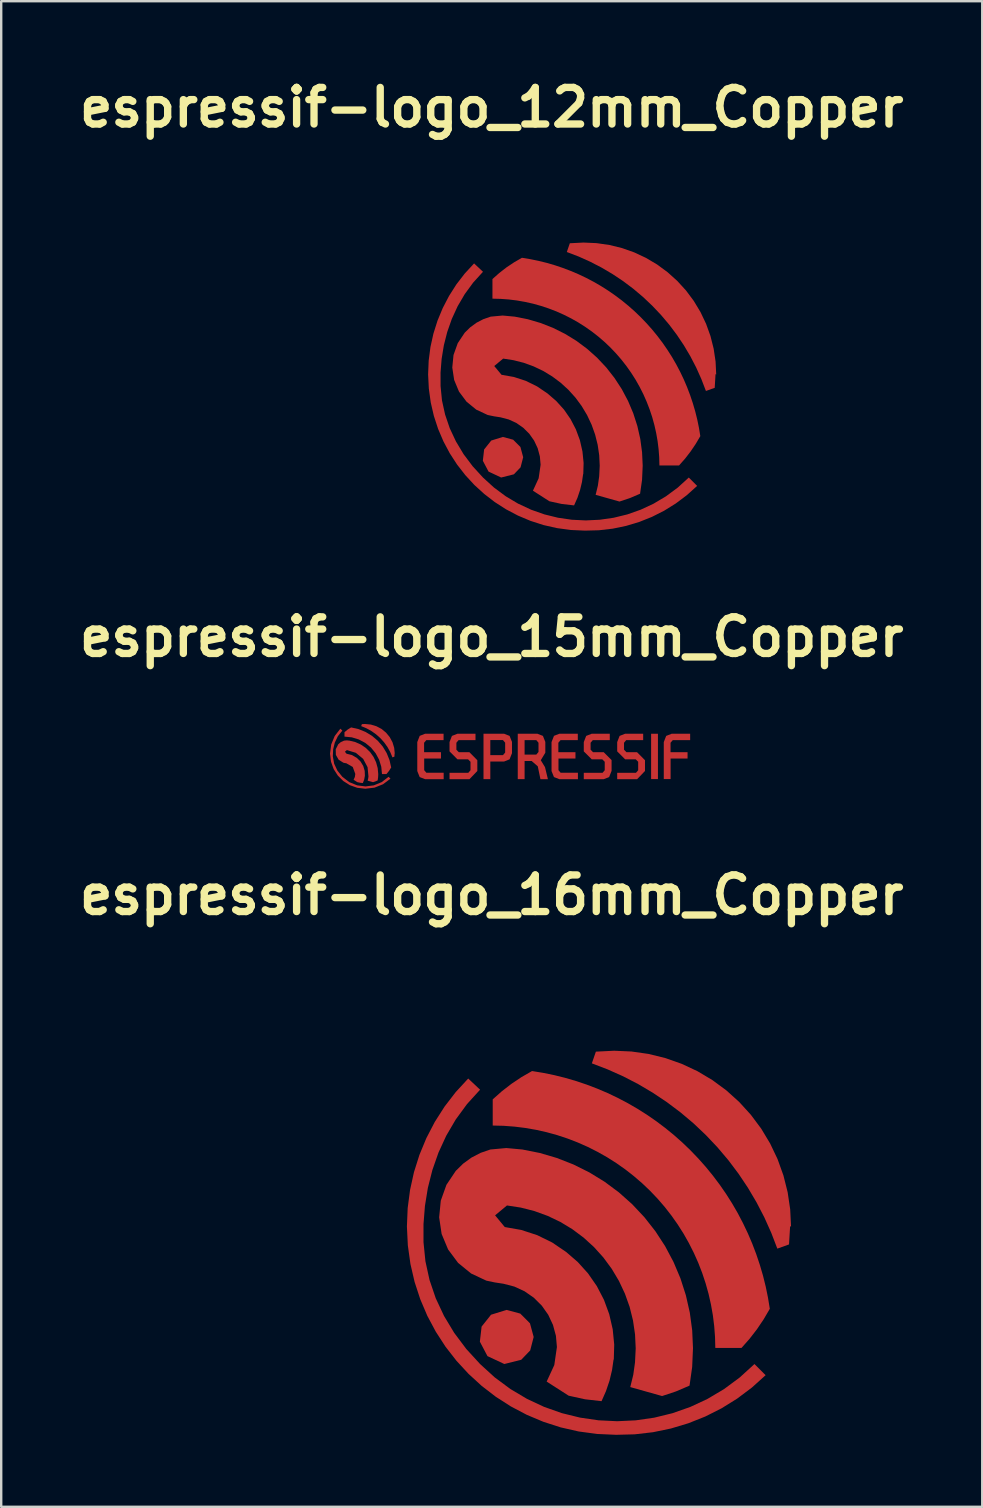
<source format=kicad_pcb>
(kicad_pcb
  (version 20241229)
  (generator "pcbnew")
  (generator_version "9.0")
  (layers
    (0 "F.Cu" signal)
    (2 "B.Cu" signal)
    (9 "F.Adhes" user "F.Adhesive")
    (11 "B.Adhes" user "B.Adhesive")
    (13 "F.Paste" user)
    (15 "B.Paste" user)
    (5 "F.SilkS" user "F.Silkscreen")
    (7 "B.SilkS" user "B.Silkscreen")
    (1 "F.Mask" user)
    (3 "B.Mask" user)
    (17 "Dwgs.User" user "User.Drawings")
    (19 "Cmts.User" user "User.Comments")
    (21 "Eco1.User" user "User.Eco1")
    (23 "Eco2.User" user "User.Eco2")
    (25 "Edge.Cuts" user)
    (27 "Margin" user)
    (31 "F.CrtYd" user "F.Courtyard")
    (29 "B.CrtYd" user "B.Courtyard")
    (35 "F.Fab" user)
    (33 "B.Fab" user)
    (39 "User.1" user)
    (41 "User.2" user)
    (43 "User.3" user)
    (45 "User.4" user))
  (footprint "espressif-logo_16mm_Copper"
    (layer "F.Cu")
    (at 17.432 51.513)
    (property "Reference" "espressif-logo_16mm_Copper" (at 0 -17.284 0) (layer "F.SilkS") (effects (font (size 1.524 1.524) (thickness 0.305))))
    (attr exclude_from_pos_files exclude_from_bom)
    (fp_poly (pts (xy 1.747 1.126) (xy 1.602 1.687) (xy 1.229 2.075) (xy 0.524 2.252) (xy -0.178 1.923) (xy -0.494 1.322) (xy -0.422 0.694) (xy -0.029 0.199) (xy 0.62 -0.002) (xy 1.189 0.152) (xy 1.593 0.557) (xy 1.747 1.126)) (stroke (width 0) (type solid)) (fill yes) (layer "F.Cu"))
    (fp_poly (pts (xy 12.467 -3.468) (xy 12.432 -4.189) (xy 12.326 -4.903) (xy 12.15 -5.603) (xy 11.906 -6.282) (xy 11.596 -6.934) (xy 11.224 -7.552) (xy 10.793 -8.13) (xy 10.307 -8.664) (xy 9.771 -9.147) (xy 9.19 -9.575) (xy 8.57 -9.944) (xy 7.916 -10.25) (xy 7.236 -10.49) (xy 6.535 -10.663) (xy 5.821 -10.765) (xy 5.1 -10.797) (xy 4.338 -10.759) (xy 4.17 -10.271) (xy 4.829 -10.019) (xy 5.474 -9.731) (xy 6.101 -9.407) (xy 6.708 -9.048) (xy 7.295 -8.656) (xy 7.859 -8.232) (xy 8.399 -7.777) (xy 8.912 -7.292) (xy 9.397 -6.78) (xy 9.853 -6.241) (xy 10.278 -5.677) (xy 10.67 -5.091) (xy 11.029 -4.483) (xy 11.354 -3.857) (xy 11.643 -3.213) (xy 11.896 -2.554) (xy 12.383 -2.729) (xy 12.429 -3.491) (xy 12.467 -3.468)) (stroke (width 0) (type solid)) (fill yes) (layer "F.Cu"))
    (fp_poly (pts (xy 5.183 5.201) (xy 4.393 5.166) (xy 3.621 5.062) (xy 2.873 4.892) (xy 2.151 4.659) (xy 1.457 4.367) (xy 0.796 4.018) (xy 0.169 3.616) (xy -0.419 3.163) (xy -0.966 2.662) (xy -1.469 2.117) (xy -1.925 1.531) (xy -2.33 0.906) (xy -2.682 0.247) (xy -2.977 -0.446) (xy -3.213 -1.167) (xy -3.386 -1.914) (xy -3.494 -2.685) (xy -3.533 -3.476) (xy -3.501 -4.243) (xy -3.402 -4.998) (xy -3.239 -5.739) (xy -3.011 -6.461) (xy -2.722 -7.159) (xy -2.373 -7.83) (xy -1.965 -8.47) (xy -1.5 -9.074) (xy -0.98 -9.639) (xy -0.485 -9.174) (xy -1.03 -8.574) (xy -1.499 -7.933) (xy -1.894 -7.258) (xy -2.218 -6.554) (xy -2.472 -5.828) (xy -2.66 -5.086) (xy -2.782 -4.334) (xy -2.842 -3.577) (xy -2.842 -2.822) (xy -2.762 -2.028) (xy -2.591 -1.248) (xy -2.332 -0.487) (xy -1.987 0.25) (xy -1.562 0.956) (xy -1.06 1.625) (xy -0.485 2.253) (xy 0.127 2.811) (xy 0.779 3.294) (xy 1.467 3.703) (xy 2.183 4.038) (xy 2.923 4.299) (xy 3.68 4.485) (xy 4.449 4.597) (xy 5.224 4.635) (xy 6 4.598) (xy 6.77 4.487) (xy 7.529 4.301) (xy 8.27 4.04) (xy 8.988 3.705) (xy 9.677 3.296) (xy 10.33 2.812) (xy 10.943 2.253) (xy 11.408 2.718) (xy 10.835 3.234) (xy 10.222 3.694) (xy 9.575 4.096) (xy 8.896 4.439) (xy 8.19 4.72) (xy 7.462 4.939) (xy 6.716 5.093) (xy 5.955 5.181) (xy 5.183 5.201)) (stroke (width 0) (type solid)) (fill yes) (layer "F.Cu"))
    (fp_poly (pts (xy 11.583 -0.048) (xy 11.507 -0.511) (xy 11.413 -0.97) (xy 11.3 -1.426) (xy 11.168 -1.876) (xy 11.019 -2.321) (xy 10.852 -2.76) (xy 10.668 -3.191) (xy 10.466 -3.615) (xy 10.248 -4.031) (xy 10.013 -4.437) (xy 9.762 -4.833) (xy 9.495 -5.219) (xy 9.213 -5.594) (xy 8.916 -5.958) (xy 8.604 -6.309) (xy 8.279 -6.648) (xy 7.941 -6.973) (xy 7.59 -7.284) (xy 7.226 -7.581) (xy 6.851 -7.863) (xy 6.465 -8.13) (xy 6.068 -8.381) (xy 5.662 -8.616) (xy 5.247 -8.834) (xy 4.823 -9.036) (xy 4.391 -9.22) (xy 3.953 -9.387) (xy 3.508 -9.536) (xy 3.057 -9.668) (xy 2.602 -9.781) (xy 2.142 -9.875) (xy 1.679 -9.951) (xy 1.24 -9.699) (xy 0.819 -9.417) (xy 0.419 -9.107) (xy 0.041 -8.771) (xy 0.041 -7.681) (xy 0.495 -7.67) (xy 0.949 -7.636) (xy 1.4 -7.58) (xy 1.848 -7.502) (xy 2.292 -7.402) (xy 2.73 -7.281) (xy 3.162 -7.138) (xy 3.586 -6.974) (xy 4.002 -6.79) (xy 4.408 -6.585) (xy 4.804 -6.361) (xy 5.188 -6.118) (xy 5.56 -5.856) (xy 5.918 -5.576) (xy 6.263 -5.279) (xy 6.592 -4.966) (xy 6.906 -4.637) (xy 7.203 -4.293) (xy 7.483 -3.934) (xy 7.745 -3.563) (xy 7.989 -3.179) (xy 8.213 -2.783) (xy 8.418 -2.377) (xy 8.603 -1.962) (xy 8.767 -1.538) (xy 8.91 -1.106) (xy 9.032 -0.668) (xy 9.132 -0.224) (xy 9.211 0.223) (xy 9.267 0.675) (xy 9.301 1.128) (xy 9.313 1.583) (xy 10.403 1.583) (xy 10.737 1.205) (xy 11.046 0.806) (xy 11.328 0.388) (xy 11.583 -0.048)) (stroke (width 0) (type solid)) (fill yes) (layer "F.Cu"))
    (fp_poly (pts (xy 5.084 2.086) (xy 5.102 1.444) (xy 5.039 0.805) (xy 4.895 0.179) (xy 4.674 -0.423) (xy 4.378 -0.993) (xy 4.012 -1.521) (xy 3.582 -1.998) (xy 3.096 -2.417) (xy 2.519 -2.809) (xy 1.893 -3.116) (xy 1.23 -3.332) (xy 0.543 -3.453) (xy 0.14 -3.941) (xy 0.635 -4.352) (xy 1.213 -4.263) (xy 1.78 -4.118) (xy 2.33 -3.918) (xy 2.858 -3.666) (xy 3.358 -3.363) (xy 3.827 -3.013) (xy 4.259 -2.619) (xy 4.651 -2.184) (xy 4.998 -1.713) (xy 5.297 -1.211) (xy 5.546 -0.682) (xy 5.743 -0.13) (xy 5.884 0.437) (xy 5.969 1.016) (xy 5.997 1.6) (xy 5.968 2.185) (xy 5.895 2.704) (xy 5.77 3.213) (xy 7.096 3.586) (xy 7.676 3.393) (xy 8.239 3.152) (xy 8.349 2.375) (xy 8.383 1.59) (xy 8.35 0.849) (xy 8.251 0.114) (xy 8.087 -0.61) (xy 7.86 -1.317) (xy 7.571 -2) (xy 7.223 -2.655) (xy 6.818 -3.277) (xy 6.36 -3.861) (xy 5.852 -4.402) (xy 5.298 -4.896) (xy 4.702 -5.339) (xy 4.07 -5.727) (xy 3.406 -6.058) (xy 2.715 -6.329) (xy 2.003 -6.538) (xy 1.275 -6.683) (xy 0.608 -6.744) (xy -0.058 -6.683) (xy -0.464 -6.543) (xy -0.845 -6.345) (xy -1.192 -6.093) (xy -1.498 -5.792) (xy -1.887 -5.211) (xy -2.122 -4.552) (xy -2.19 -3.857) (xy -2.087 -3.165) (xy -1.818 -2.52) (xy -1.401 -1.96) (xy -0.859 -1.518) (xy -0.226 -1.221) (xy 0.13 -1.146) (xy 0.49 -1.091) (xy 0.943 -0.973) (xy 1.368 -0.777) (xy 1.752 -0.51) (xy 2.084 -0.18) (xy 2.354 0.203) (xy 2.552 0.627) (xy 2.674 1.078) (xy 2.715 1.545) (xy 2.606 2.295) (xy 2.288 2.984) (xy 3.203 3.571) (xy 3.882 3.721) (xy 4.574 3.8) (xy 4.759 3.381) (xy 4.906 2.947) (xy 5.012 2.501) (xy 5.077 2.047) (xy 5.084 2.086)) (stroke (width 0) (type solid)) (fill yes) (layer "F.Cu")))
  (footprint "espressif-logo_15mm_Copper"
    (layer "F.Cu")
    (at 17.432 28.926)
    (property "Reference" "espressif-logo_15mm_Copper" (at 0 -5.447 0) (layer "F.SilkS") (effects (font (size 1.524 1.524) (thickness 0.305))))
    (attr exclude_from_pos_files exclude_from_bom)
    (fp_poly (pts (xy -5.846 0.19) (xy -6.036 -0.000318) (xy -5.846 0.19)) (stroke (width 0) (type solid)) (fill yes) (layer "F.Cu"))
    (fp_poly (pts (xy 6.639 -1.413) (xy 6.923 -1.413) (xy 6.923 0.475) (xy 6.639 0.475) (xy 6.639 -1.413)) (stroke (width 0) (type solid)) (fill yes) (layer "F.Cu"))
    (fp_poly (pts (xy 7.546 -1.147) (xy 8.265 -1.147) (xy 8.265 -1.413) (xy 7.494 -1.413) (xy 7.494 -1.413) (xy 7.266 -1.323) (xy 7.166 -1.066) (xy 7.166 0.475) (xy 7.45 0.475) (xy 7.45 -0.382) (xy 8.157 -0.382) (xy 8.157 -0.646) (xy 7.448 -0.646) (xy 7.448 -1.039) (xy 7.541 -1.147) (xy 7.546 -1.147)) (stroke (width 0) (type solid)) (fill yes) (layer "F.Cu"))
    (fp_poly (pts (xy 0.516 -1.414) (xy 0.468 -1.149) (xy 0.559 -1.042) (xy 0.559 -0.629) (xy 0.468 -0.522) (xy -0.059 -0.522) (xy -0.059 -1.149) (xy 0.468 -1.149) (xy 0.516 -1.414) (xy -0.343 -1.414) (xy -0.343 0.477) (xy -0.059 0.477) (xy -0.059 -0.257) (xy 0.516 -0.257) (xy 0.743 -0.347) (xy 0.844 -0.604) (xy 0.844 -1.074) (xy 0.743 -1.324) (xy 0.516 -1.414)) (stroke (width 0) (type solid)) (fill yes) (layer "F.Cu"))
    (fp_poly (pts (xy 2.592 -1.323) (xy 2.491 -1.066) (xy 2.491 0.141) (xy 2.592 0.391) (xy 2.82 0.481) (xy 2.82 0.481) (xy 3.59 0.481) (xy 3.59 0.212) (xy 2.871 0.212) (xy 2.78 0.104) (xy 2.78 -0.382) (xy 3.488 -0.382) (xy 3.488 -0.646) (xy 2.775 -0.646) (xy 2.775 -1.039) (xy 2.866 -1.147) (xy 3.585 -1.147) (xy 3.585 -1.413) (xy 2.815 -1.413) (xy 2.586 -1.323) (xy 2.592 -1.323)) (stroke (width 0) (type solid)) (fill yes) (layer "F.Cu"))
    (fp_poly (pts (xy -4.039 -0.584) (xy -4.063 -0.826) (xy -4.134 -1.059) (xy -4.249 -1.273) (xy -4.403 -1.46) (xy -4.591 -1.614) (xy -4.806 -1.727) (xy -5.039 -1.797) (xy -5.281 -1.82) (xy -5.409 -1.813) (xy -5.437 -1.731) (xy -5.218 -1.64) (xy -5.01 -1.525) (xy -4.816 -1.387) (xy -4.638 -1.229) (xy -4.48 -1.052) (xy -4.342 -0.858) (xy -4.227 -0.65) (xy -4.136 -0.43) (xy -4.053 -0.46) (xy -4.046 -0.588) (xy -4.039 -0.584)) (stroke (width 0) (type solid)) (fill yes) (layer "F.Cu"))
    (fp_poly (pts (xy -3.001 -1.323) (xy -3.101 -1.066) (xy -3.101 0.141) (xy -3.001 0.391) (xy -2.772 0.481) (xy -2.772 0.481) (xy -2.002 0.481) (xy -2.002 0.212) (xy -2.721 0.212) (xy -2.813 0.104) (xy -2.813 -0.382) (xy -2.114 -0.382) (xy -2.114 -0.646) (xy -2.817 -0.646) (xy -2.817 -1.039) (xy -2.725 -1.147) (xy -2.725 -1.147) (xy -2.006 -1.147) (xy -2.006 -1.413) (xy -2.776 -1.413) (xy -3.005 -1.323) (xy -3.001 -1.323)) (stroke (width 0) (type solid)) (fill yes) (layer "F.Cu"))
    (fp_poly (pts (xy -0.932 -0.646) (xy -1.373 -0.646) (xy -1.472 -0.748) (xy -1.472 -1.039) (xy -1.381 -1.147) (xy -0.676 -1.147) (xy -0.676 -1.413) (xy -1.429 -1.413) (xy -1.658 -1.323) (xy -1.758 -1.066) (xy -1.758 -0.679) (xy -1.427 -0.347) (xy -0.985 -0.347) (xy -0.884 -0.246) (xy -0.884 0.106) (xy -0.976 0.214) (xy -1.758 0.214) (xy -1.758 0.48) (xy -0.929 0.48) (xy -0.6 0.138) (xy -0.6 -0.311) (xy -0.932 -0.646)) (stroke (width 0) (type solid)) (fill yes) (layer "F.Cu"))
    (fp_poly (pts (xy -4.188 -0.008) (xy -4.258 -0.316) (xy -4.376 -0.609) (xy -4.54 -0.88) (xy -4.745 -1.12) (xy -4.986 -1.325) (xy -5.256 -1.489) (xy -5.549 -1.607) (xy -5.857 -1.677) (xy -6.002 -1.587) (xy -6.133 -1.478) (xy -6.133 -1.294) (xy -5.829 -1.264) (xy -5.536 -1.175) (xy -5.266 -1.031) (xy -5.029 -0.837) (xy -4.835 -0.6) (xy -4.69 -0.331) (xy -4.601 -0.038) (xy -4.571 0.267) (xy -4.387 0.267) (xy -4.279 0.136) (xy -4.188 -0.008)) (stroke (width 0) (type solid)) (fill yes) (layer "F.Cu"))
    (fp_poly (pts (xy 2.045 -0.314) (xy 1.857 -0.546) (xy 1.369 -0.546) (xy 1.369 -1.147) (xy 1.857 -1.147) (xy 1.948 -1.039) (xy 1.948 -0.654) (xy 1.857 -0.546) (xy 2.045 -0.314) (xy 2.232 -0.623) (xy 2.232 -1.074) (xy 2.132 -1.324) (xy 1.903 -1.414) (xy 1.084 -1.414) (xy 1.084 0.477) (xy 1.369 0.477) (xy 1.369 -0.279) (xy 1.661 -0.279) (xy 1.918 -0.056) (xy 2.029 0.48) (xy 2.34 0.48) (xy 2.219 -0.022) (xy 2.045 -0.307) (xy 2.045 -0.314)) (stroke (width 0) (type solid)) (fill yes) (layer "F.Cu"))
    (fp_poly (pts (xy 6.051 -0.646) (xy 5.611 -0.646) (xy 5.51 -0.748) (xy 5.51 -1.039) (xy 5.601 -1.147) (xy 6.308 -1.147) (xy 6.308 -1.413) (xy 5.555 -1.413) (xy 5.326 -1.323) (xy 5.226 -1.066) (xy 5.226 -0.679) (xy 5.557 -0.347) (xy 5.999 -0.347) (xy 6.1 -0.246) (xy 6.1 -0.246) (xy 6.1 0.106) (xy 6.1 0.106) (xy 6.008 0.214) (xy 5.226 0.214) (xy 5.226 0.48) (xy 6.055 0.48) (xy 6.384 0.138) (xy 6.384 -0.311) (xy 6.051 -0.646)) (stroke (width 0) (type solid)) (fill yes) (layer "F.Cu"))
    (fp_poly (pts (xy 4.66 -0.646) (xy 4.219 -0.646) (xy 4.118 -0.748) (xy 4.118 -1.039) (xy 4.209 -1.147) (xy 4.917 -1.147) (xy 4.917 -1.413) (xy 4.162 -1.413) (xy 3.934 -1.323) (xy 3.834 -1.066) (xy 3.834 -0.679) (xy 4.166 -0.347) (xy 4.606 -0.347) (xy 4.606 -0.347) (xy 4.707 -0.246) (xy 4.707 0.106) (xy 4.616 0.214) (xy 3.834 0.214) (xy 3.834 0.48) (xy 4.664 0.48) (xy 4.891 0.389) (xy 4.992 0.132) (xy 4.992 -0.317) (xy 4.66 -0.649) (xy 4.66 -0.646)) (stroke (width 0) (type solid)) (fill yes) (layer "F.Cu"))
    (fp_poly (pts (xy -5.267 0.877) (xy -5.602 0.838) (xy -5.911 0.728) (xy -6.183 0.556) (xy -6.41 0.329) (xy -6.584 0.058) (xy -6.695 -0.25) (xy -6.735 -0.586) (xy -6.686 -0.967) (xy -6.54 -1.32) (xy -6.305 -1.624) (xy -6.222 -1.546) (xy -6.41 -1.309) (xy -6.537 -1.044) (xy -6.605 -0.762) (xy -6.619 -0.476) (xy -6.564 -0.167) (xy -6.429 0.122) (xy -6.222 0.38) (xy -5.932 0.603) (xy -5.605 0.736) (xy -5.26 0.781) (xy -4.914 0.737) (xy -4.586 0.603) (xy -4.296 0.38) (xy -4.218 0.458) (xy -4.527 0.69) (xy -4.883 0.832) (xy -5.267 0.877)) (stroke (width 0) (type solid)) (fill yes) (layer "F.Cu"))
    (fp_poly (pts (xy -5.283 0.351) (xy -5.291 0.136) (xy -5.352 -0.071) (xy -5.464 -0.256) (xy -5.618 -0.407) (xy -5.821 -0.525) (xy -6.048 -0.582) (xy -6.116 -0.664) (xy -6.033 -0.733) (xy -5.659 -0.618) (xy -5.356 -0.368) (xy -5.172 -0.022) (xy -5.134 0.368) (xy -5.147 0.456) (xy -5.168 0.541) (xy -4.944 0.604) (xy -4.847 0.572) (xy -4.752 0.531) (xy -4.733 0.4) (xy -4.727 0.268) (xy -4.75 0.019) (xy -4.816 -0.222) (xy -4.923 -0.448) (xy -5.068 -0.651) (xy -5.247 -0.825) (xy -5.454 -0.965) (xy -5.683 -1.067) (xy -5.925 -1.126) (xy -6.038 -1.137) (xy -6.15 -1.126) (xy -6.282 -1.069) (xy -6.392 -0.976) (xy -6.498 -0.767) (xy -6.492 -0.533) (xy -6.376 -0.33) (xy -6.178 -0.206) (xy -6.118 -0.193) (xy -6.057 -0.184) (xy -5.789 -0.03) (xy -5.683 0.26) (xy -5.701 0.387) (xy -5.754 0.503) (xy -5.6 0.602) (xy -5.486 0.627) (xy -5.369 0.64) (xy -5.313 0.497) (xy -5.285 0.345) (xy -5.283 0.351)) (stroke (width 0) (type solid)) (fill yes) (layer "F.Cu")))
  (footprint "espressif-logo_12mm_Copper"
    (layer "F.Cu")
    (at 17.432 15.151)
    (property "Reference" "espressif-logo_12mm_Copper" (at 0 -13.725 0) (layer "F.SilkS") (effects (font (size 1.524 1.524) (thickness 0.305))))
    (attr exclude_from_pos_files exclude_from_bom)
    (fp_poly (pts (xy 1.31 0.844) (xy 1.201 1.265) (xy 0.922 1.556) (xy 0.393 1.689) (xy -0.133 1.442) (xy -0.37 0.992) (xy -0.317 0.521) (xy -0.021 0.149) (xy 0.465 -0.001) (xy 0.892 0.114) (xy 1.195 0.417) (xy 1.31 0.844)) (stroke (width 0) (type solid)) (fill yes) (layer "F.Cu"))
    (fp_poly (pts (xy 9.35 -2.601) (xy 9.324 -3.142) (xy 9.244 -3.677) (xy 9.112 -4.202) (xy 8.929 -4.711) (xy 8.697 -5.2) (xy 8.418 -5.664) (xy 8.095 -6.098) (xy 7.73 -6.498) (xy 7.328 -6.86) (xy 6.893 -7.181) (xy 6.427 -7.458) (xy 5.937 -7.688) (xy 5.427 -7.868) (xy 4.901 -7.997) (xy 4.365 -8.074) (xy 3.825 -8.098) (xy 3.253 -8.069) (xy 3.128 -7.704) (xy 3.622 -7.515) (xy 4.105 -7.298) (xy 4.575 -7.055) (xy 5.031 -6.786) (xy 5.472 -6.492) (xy 5.895 -6.174) (xy 6.299 -5.833) (xy 6.684 -5.469) (xy 7.048 -5.085) (xy 7.39 -4.681) (xy 7.708 -4.258) (xy 8.003 -3.818) (xy 8.272 -3.363) (xy 8.516 -2.893) (xy 8.732 -2.41) (xy 8.922 -1.916) (xy 9.288 -2.047) (xy 9.322 -2.618) (xy 9.35 -2.601)) (stroke (width 0) (type solid)) (fill yes) (layer "F.Cu"))
    (fp_poly (pts (xy 3.888 3.901) (xy 3.294 3.875) (xy 2.716 3.796) (xy 2.155 3.669) (xy 1.613 3.494) (xy 1.093 3.275) (xy 0.597 3.014) (xy 0.127 2.712) (xy -0.314 2.372) (xy -0.725 1.997) (xy -1.102 1.588) (xy -1.444 1.148) (xy -1.748 0.68) (xy -2.011 0.185) (xy -2.233 -0.334) (xy -2.41 -0.875) (xy -2.54 -1.436) (xy -2.62 -2.014) (xy -2.65 -2.607) (xy -2.626 -3.182) (xy -2.552 -3.749) (xy -2.429 -4.304) (xy -2.258 -4.846) (xy -2.041 -5.369) (xy -1.779 -5.873) (xy -1.474 -6.353) (xy -1.125 -6.806) (xy -0.735 -7.229) (xy -0.364 -6.881) (xy -0.773 -6.43) (xy -1.124 -5.95) (xy -1.421 -5.443) (xy -1.663 -4.916) (xy -1.854 -4.371) (xy -1.995 -3.815) (xy -2.087 -3.25) (xy -2.132 -2.683) (xy -2.131 -2.117) (xy -2.072 -1.521) (xy -1.943 -0.936) (xy -1.749 -0.365) (xy -1.49 0.187) (xy -1.172 0.717) (xy -0.795 1.219) (xy -0.364 1.69) (xy 0.095 2.108) (xy 0.585 2.471) (xy 1.1 2.778) (xy 1.638 3.029) (xy 2.192 3.224) (xy 2.76 3.364) (xy 3.337 3.448) (xy 3.918 3.476) (xy 4.5 3.448) (xy 5.078 3.365) (xy 5.647 3.226) (xy 6.203 3.03) (xy 6.741 2.779) (xy 7.257 2.472) (xy 7.748 2.109) (xy 8.208 1.69) (xy 8.556 2.038) (xy 8.126 2.425) (xy 7.667 2.77) (xy 7.181 3.072) (xy 6.672 3.329) (xy 6.143 3.54) (xy 5.597 3.704) (xy 5.037 3.82) (xy 4.466 3.886) (xy 3.888 3.901)) (stroke (width 0) (type solid)) (fill yes) (layer "F.Cu"))
    (fp_poly (pts (xy 8.688 -0.036) (xy 8.631 -0.383) (xy 8.56 -0.728) (xy 8.475 -1.069) (xy 8.376 -1.407) (xy 8.264 -1.741) (xy 8.139 -2.07) (xy 8.001 -2.394) (xy 7.85 -2.711) (xy 7.686 -3.023) (xy 7.51 -3.328) (xy 7.321 -3.625) (xy 7.121 -3.915) (xy 6.909 -4.196) (xy 6.687 -4.468) (xy 6.453 -4.732) (xy 6.209 -4.986) (xy 5.956 -5.229) (xy 5.692 -5.463) (xy 5.42 -5.686) (xy 5.138 -5.897) (xy 4.849 -6.097) (xy 4.551 -6.286) (xy 4.247 -6.462) (xy 3.935 -6.626) (xy 3.617 -6.777) (xy 3.293 -6.915) (xy 2.964 -7.04) (xy 2.631 -7.152) (xy 2.293 -7.251) (xy 1.951 -7.335) (xy 1.606 -7.406) (xy 1.259 -7.464) (xy 0.93 -7.274) (xy 0.614 -7.063) (xy 0.314 -6.83) (xy 0.03 -6.578) (xy 0.03 -5.761) (xy 0.371 -5.752) (xy 0.712 -5.727) (xy 1.05 -5.685) (xy 1.386 -5.626) (xy 1.719 -5.552) (xy 2.048 -5.46) (xy 2.371 -5.353) (xy 2.69 -5.231) (xy 3.001 -5.092) (xy 3.306 -4.939) (xy 3.603 -4.771) (xy 3.891 -4.588) (xy 4.17 -4.392) (xy 4.439 -4.182) (xy 4.697 -3.96) (xy 4.944 -3.725) (xy 5.179 -3.478) (xy 5.402 -3.22) (xy 5.612 -2.951) (xy 5.809 -2.672) (xy 5.992 -2.384) (xy 6.16 -2.087) (xy 6.314 -1.783) (xy 6.452 -1.471) (xy 6.575 -1.153) (xy 6.683 -0.83) (xy 6.774 -0.501) (xy 6.849 -0.168) (xy 6.908 0.168) (xy 6.95 0.506) (xy 6.976 0.846) (xy 6.985 1.187) (xy 7.802 1.187) (xy 8.053 0.903) (xy 8.284 0.604) (xy 8.496 0.291) (xy 8.688 -0.036)) (stroke (width 0) (type solid)) (fill yes) (layer "F.Cu"))
    (fp_poly (pts (xy 3.813 1.564) (xy 3.827 1.083) (xy 3.779 0.604) (xy 3.672 0.134) (xy 3.505 -0.318) (xy 3.283 -0.745) (xy 3.009 -1.141) (xy 2.687 -1.498) (xy 2.322 -1.813) (xy 1.889 -2.106) (xy 1.42 -2.337) (xy 0.923 -2.499) (xy 0.408 -2.59) (xy 0.408 -2.59) (xy 0.105 -2.955) (xy 0.476 -3.264) (xy 0.91 -3.197) (xy 1.335 -3.089) (xy 1.747 -2.939) (xy 2.143 -2.75) (xy 2.519 -2.522) (xy 2.87 -2.26) (xy 3.194 -1.964) (xy 3.488 -1.638) (xy 3.748 -1.285) (xy 3.973 -0.908) (xy 4.16 -0.511) (xy 4.307 -0.098) (xy 4.413 0.328) (xy 4.477 0.762) (xy 4.498 1.2) (xy 4.476 1.638) (xy 4.421 2.028) (xy 4.328 2.41) (xy 5.322 2.69) (xy 5.757 2.545) (xy 6.179 2.364) (xy 6.262 1.781) (xy 6.288 1.193) (xy 6.262 0.637) (xy 6.188 0.085) (xy 6.065 -0.458) (xy 5.895 -0.987) (xy 5.678 -1.5) (xy 5.417 -1.992) (xy 5.113 -2.458) (xy 4.77 -2.896) (xy 4.389 -3.301) (xy 3.973 -3.672) (xy 3.527 -4.004) (xy 3.052 -4.295) (xy 2.554 -4.544) (xy 2.036 -4.747) (xy 1.502 -4.904) (xy 0.956 -5.012) (xy 0.456 -5.058) (xy -0.044 -5.012) (xy -0.348 -4.907) (xy -0.634 -4.759) (xy -0.894 -4.569) (xy -1.124 -4.344) (xy -1.415 -3.908) (xy -1.592 -3.414) (xy -1.643 -2.893) (xy -1.565 -2.374) (xy -1.364 -1.89) (xy -1.05 -1.47) (xy -0.644 -1.138) (xy -0.17 -0.916) (xy 0.098 -0.86) (xy 0.368 -0.818) (xy 0.707 -0.729) (xy 1.026 -0.583) (xy 1.314 -0.382) (xy 1.563 -0.135) (xy 1.765 0.152) (xy 1.914 0.47) (xy 2.005 0.809) (xy 2.036 1.158) (xy 1.954 1.722) (xy 1.716 2.238) (xy 2.402 2.678) (xy 2.912 2.79) (xy 3.43 2.85) (xy 3.57 2.536) (xy 3.679 2.21) (xy 3.759 1.876) (xy 3.808 1.536) (xy 3.813 1.564)) (stroke (width 0) (type solid)) (fill yes) (layer "F.Cu")))
  (gr_rect
    (start -3 -3)
    (end 37.863 59.714)
    (stroke (width 0.1) (type default))
    (fill no)
    (layer "Edge.Cuts")))
</source>
